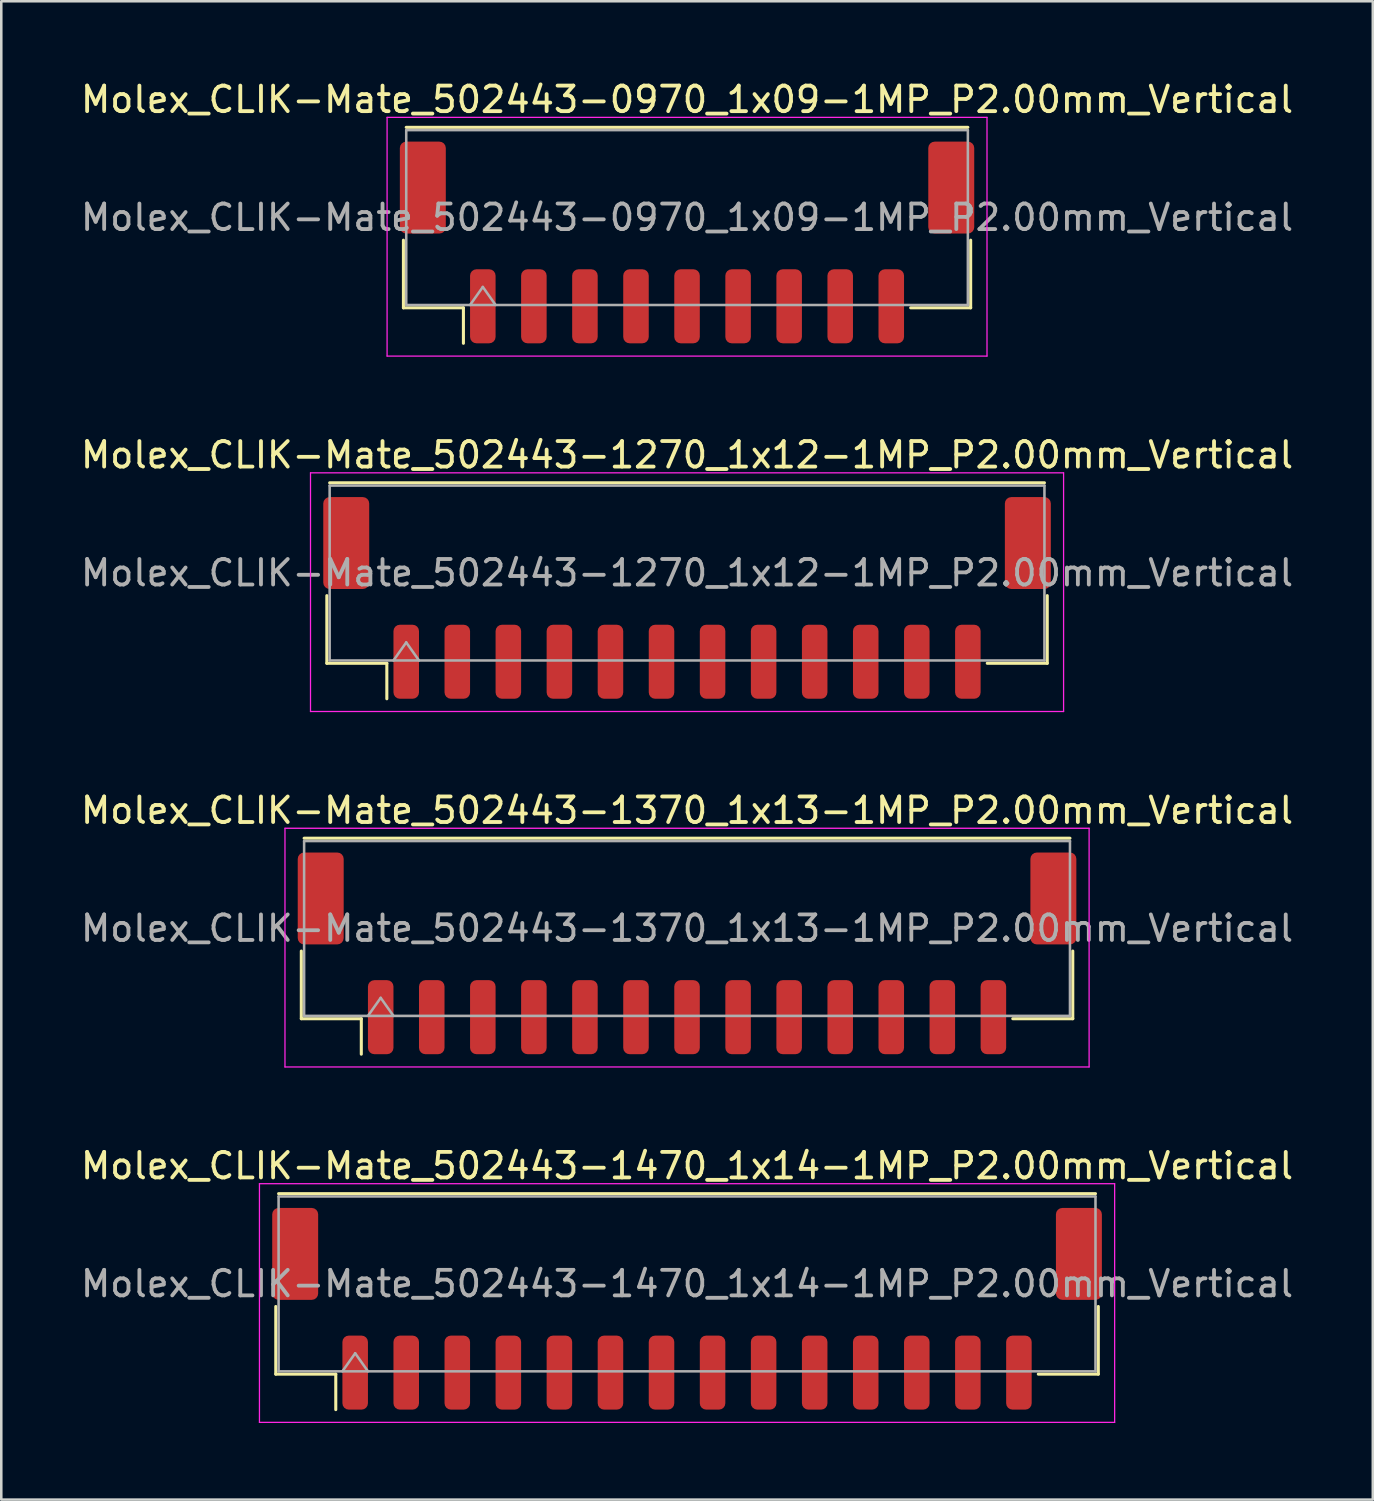
<source format=kicad_pcb>
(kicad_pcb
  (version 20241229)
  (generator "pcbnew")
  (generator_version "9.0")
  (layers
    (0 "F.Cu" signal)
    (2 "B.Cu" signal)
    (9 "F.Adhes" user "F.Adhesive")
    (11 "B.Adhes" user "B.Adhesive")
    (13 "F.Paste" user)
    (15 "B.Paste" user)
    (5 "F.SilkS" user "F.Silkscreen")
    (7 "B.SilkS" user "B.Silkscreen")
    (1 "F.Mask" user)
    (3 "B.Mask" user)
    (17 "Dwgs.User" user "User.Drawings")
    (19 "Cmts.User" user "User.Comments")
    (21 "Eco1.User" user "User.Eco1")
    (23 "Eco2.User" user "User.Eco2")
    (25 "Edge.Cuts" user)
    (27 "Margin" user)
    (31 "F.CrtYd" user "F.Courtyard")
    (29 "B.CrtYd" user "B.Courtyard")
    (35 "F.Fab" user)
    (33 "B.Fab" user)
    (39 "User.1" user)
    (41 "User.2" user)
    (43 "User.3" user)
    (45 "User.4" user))
  (footprint "Molex_CLIK-Mate_502443-1270_1x12-1MP_P2.00mm_Vertical"
    (layer "F.Cu")
    (at 23.863 20.372)
    (property "Reference" "Molex_CLIK-Mate_502443-1270_1x12-1MP_P2.00mm_Vertical" (at 0 -5.6 0) (layer "F.SilkS") (effects (font (size 1 1) (thickness 0.15))))
    (attr smd)
    (fp_line (start -14.11 -0.09) (end -14.11 2.56) (stroke (width 0.12) (type solid)) (layer "F.SilkS"))
    (fp_line (start -14.11 2.56) (end -11.76 2.56) (stroke (width 0.12) (type solid)) (layer "F.SilkS"))
    (fp_line (start -14 -4.51) (end 14 -4.51) (stroke (width 0.12) (type solid)) (layer "F.SilkS"))
    (fp_line (start -11.76 2.56) (end -11.76 3.95) (stroke (width 0.12) (type solid)) (layer "F.SilkS"))
    (fp_line (start 14.11 -0.09) (end 14.11 2.56) (stroke (width 0.12) (type solid)) (layer "F.SilkS"))
    (fp_line (start 14.11 2.56) (end 11.76 2.56) (stroke (width 0.12) (type solid)) (layer "F.SilkS"))
    (fp_line (start -14.75 -4.9) (end -14.75 4.45) (stroke (width 0.05) (type solid)) (layer "F.CrtYd"))
    (fp_line (start -14.75 4.45) (end 14.75 4.45) (stroke (width 0.05) (type solid)) (layer "F.CrtYd"))
    (fp_line (start 14.75 -4.9) (end -14.75 -4.9) (stroke (width 0.05) (type solid)) (layer "F.CrtYd"))
    (fp_line (start 14.75 4.45) (end 14.75 -4.9) (stroke (width 0.05) (type solid)) (layer "F.CrtYd"))
    (fp_line (start -14 -4.4) (end 14 -4.4) (stroke (width 0.1) (type solid)) (layer "F.Fab"))
    (fp_line (start -14 2.45) (end -14 -4.4) (stroke (width 0.1) (type solid)) (layer "F.Fab"))
    (fp_line (start -14 2.45) (end 14 2.45) (stroke (width 0.1) (type solid)) (layer "F.Fab"))
    (fp_line (start -11.5 2.45) (end -11 1.743) (stroke (width 0.1) (type solid)) (layer "F.Fab"))
    (fp_line (start -11 1.743) (end -10.5 2.45) (stroke (width 0.1) (type solid)) (layer "F.Fab"))
    (fp_line (start 14 2.45) (end 14 -4.4) (stroke (width 0.1) (type solid)) (layer "F.Fab"))
    (fp_text user "${REFERENCE}" (at 0 -0.98 0) (layer "F.Fab") (effects (font (size 1 1) (thickness 0.15))))
    (pad "1" smd roundrect (at -11 2.5) (size 1 2.9) (layers "F.Cu" "F.Mask" "F.Paste") (roundrect_rratio 0.25))
    (pad "2" smd roundrect (at -9 2.5) (size 1 2.9) (layers "F.Cu" "F.Mask" "F.Paste") (roundrect_rratio 0.25))
    (pad "3" smd roundrect (at -7 2.5) (size 1 2.9) (layers "F.Cu" "F.Mask" "F.Paste") (roundrect_rratio 0.25))
    (pad "4" smd roundrect (at -5 2.5) (size 1 2.9) (layers "F.Cu" "F.Mask" "F.Paste") (roundrect_rratio 0.25))
    (pad "5" smd roundrect (at -3 2.5) (size 1 2.9) (layers "F.Cu" "F.Mask" "F.Paste") (roundrect_rratio 0.25))
    (pad "6" smd roundrect (at -1 2.5) (size 1 2.9) (layers "F.Cu" "F.Mask" "F.Paste") (roundrect_rratio 0.25))
    (pad "7" smd roundrect (at 1 2.5) (size 1 2.9) (layers "F.Cu" "F.Mask" "F.Paste") (roundrect_rratio 0.25))
    (pad "8" smd roundrect (at 3 2.5) (size 1 2.9) (layers "F.Cu" "F.Mask" "F.Paste") (roundrect_rratio 0.25))
    (pad "9" smd roundrect (at 5 2.5) (size 1 2.9) (layers "F.Cu" "F.Mask" "F.Paste") (roundrect_rratio 0.25))
    (pad "10" smd roundrect (at 7 2.5) (size 1 2.9) (layers "F.Cu" "F.Mask" "F.Paste") (roundrect_rratio 0.25))
    (pad "11" smd roundrect (at 9 2.5) (size 1 2.9) (layers "F.Cu" "F.Mask" "F.Paste") (roundrect_rratio 0.25))
    (pad "12" smd roundrect (at 11 2.5) (size 1 2.9) (layers "F.Cu" "F.Mask" "F.Paste") (roundrect_rratio 0.25))
    (pad "MP" smd roundrect (at -13.35 -2.15) (size 1.8 3.6) (layers "F.Cu" "F.Mask" "F.Paste") (roundrect_rratio 0.139))
    (pad "MP" smd roundrect (at 13.35 -2.15) (size 1.8 3.6) (layers "F.Cu" "F.Mask" "F.Paste") (roundrect_rratio 0.139)))
  (footprint "Molex_CLIK-Mate_502443-1370_1x13-1MP_P2.00mm_Vertical"
    (layer "F.Cu")
    (at 23.863 34.295)
    (property "Reference" "Molex_CLIK-Mate_502443-1370_1x13-1MP_P2.00mm_Vertical" (at 0 -5.6 0) (layer "F.SilkS") (effects (font (size 1 1) (thickness 0.15))))
    (attr smd)
    (fp_line (start -15.11 -0.09) (end -15.11 2.56) (stroke (width 0.12) (type solid)) (layer "F.SilkS"))
    (fp_line (start -15.11 2.56) (end -12.76 2.56) (stroke (width 0.12) (type solid)) (layer "F.SilkS"))
    (fp_line (start -15 -4.51) (end 15 -4.51) (stroke (width 0.12) (type solid)) (layer "F.SilkS"))
    (fp_line (start -12.76 2.56) (end -12.76 3.95) (stroke (width 0.12) (type solid)) (layer "F.SilkS"))
    (fp_line (start 15.11 -0.09) (end 15.11 2.56) (stroke (width 0.12) (type solid)) (layer "F.SilkS"))
    (fp_line (start 15.11 2.56) (end 12.76 2.56) (stroke (width 0.12) (type solid)) (layer "F.SilkS"))
    (fp_line (start -15.75 -4.9) (end -15.75 4.45) (stroke (width 0.05) (type solid)) (layer "F.CrtYd"))
    (fp_line (start -15.75 4.45) (end 15.75 4.45) (stroke (width 0.05) (type solid)) (layer "F.CrtYd"))
    (fp_line (start 15.75 -4.9) (end -15.75 -4.9) (stroke (width 0.05) (type solid)) (layer "F.CrtYd"))
    (fp_line (start 15.75 4.45) (end 15.75 -4.9) (stroke (width 0.05) (type solid)) (layer "F.CrtYd"))
    (fp_line (start -15 -4.4) (end 15 -4.4) (stroke (width 0.1) (type solid)) (layer "F.Fab"))
    (fp_line (start -15 2.45) (end -15 -4.4) (stroke (width 0.1) (type solid)) (layer "F.Fab"))
    (fp_line (start -15 2.45) (end 15 2.45) (stroke (width 0.1) (type solid)) (layer "F.Fab"))
    (fp_line (start -12.5 2.45) (end -12 1.743) (stroke (width 0.1) (type solid)) (layer "F.Fab"))
    (fp_line (start -12 1.743) (end -11.5 2.45) (stroke (width 0.1) (type solid)) (layer "F.Fab"))
    (fp_line (start 15 2.45) (end 15 -4.4) (stroke (width 0.1) (type solid)) (layer "F.Fab"))
    (fp_text user "${REFERENCE}" (at 0 -0.98 0) (layer "F.Fab") (effects (font (size 1 1) (thickness 0.15))))
    (pad "1" smd roundrect (at -12 2.5) (size 1 2.9) (layers "F.Cu" "F.Mask" "F.Paste") (roundrect_rratio 0.25))
    (pad "2" smd roundrect (at -10 2.5) (size 1 2.9) (layers "F.Cu" "F.Mask" "F.Paste") (roundrect_rratio 0.25))
    (pad "3" smd roundrect (at -8 2.5) (size 1 2.9) (layers "F.Cu" "F.Mask" "F.Paste") (roundrect_rratio 0.25))
    (pad "4" smd roundrect (at -6 2.5) (size 1 2.9) (layers "F.Cu" "F.Mask" "F.Paste") (roundrect_rratio 0.25))
    (pad "5" smd roundrect (at -4 2.5) (size 1 2.9) (layers "F.Cu" "F.Mask" "F.Paste") (roundrect_rratio 0.25))
    (pad "6" smd roundrect (at -2 2.5) (size 1 2.9) (layers "F.Cu" "F.Mask" "F.Paste") (roundrect_rratio 0.25))
    (pad "7" smd roundrect (at 0 2.5) (size 1 2.9) (layers "F.Cu" "F.Mask" "F.Paste") (roundrect_rratio 0.25))
    (pad "8" smd roundrect (at 2 2.5) (size 1 2.9) (layers "F.Cu" "F.Mask" "F.Paste") (roundrect_rratio 0.25))
    (pad "9" smd roundrect (at 4 2.5) (size 1 2.9) (layers "F.Cu" "F.Mask" "F.Paste") (roundrect_rratio 0.25))
    (pad "10" smd roundrect (at 6 2.5) (size 1 2.9) (layers "F.Cu" "F.Mask" "F.Paste") (roundrect_rratio 0.25))
    (pad "11" smd roundrect (at 8 2.5) (size 1 2.9) (layers "F.Cu" "F.Mask" "F.Paste") (roundrect_rratio 0.25))
    (pad "12" smd roundrect (at 10 2.5) (size 1 2.9) (layers "F.Cu" "F.Mask" "F.Paste") (roundrect_rratio 0.25))
    (pad "13" smd roundrect (at 12 2.5) (size 1 2.9) (layers "F.Cu" "F.Mask" "F.Paste") (roundrect_rratio 0.25))
    (pad "MP" smd roundrect (at -14.35 -2.15) (size 1.8 3.6) (layers "F.Cu" "F.Mask" "F.Paste") (roundrect_rratio 0.139))
    (pad "MP" smd roundrect (at 14.35 -2.15) (size 1.8 3.6) (layers "F.Cu" "F.Mask" "F.Paste") (roundrect_rratio 0.139)))
  (footprint "Molex_CLIK-Mate_502443-0970_1x09-1MP_P2.00mm_Vertical"
    (layer "F.Cu")
    (at 23.863 6.448)
    (property "Reference" "Molex_CLIK-Mate_502443-0970_1x09-1MP_P2.00mm_Vertical" (at 0 -5.6 0) (layer "F.SilkS") (effects (font (size 1 1) (thickness 0.15))))
    (attr smd)
    (fp_line (start -11.11 -0.09) (end -11.11 2.56) (stroke (width 0.12) (type solid)) (layer "F.SilkS"))
    (fp_line (start -11.11 2.56) (end -8.76 2.56) (stroke (width 0.12) (type solid)) (layer "F.SilkS"))
    (fp_line (start -11 -4.51) (end 11 -4.51) (stroke (width 0.12) (type solid)) (layer "F.SilkS"))
    (fp_line (start -8.76 2.56) (end -8.76 3.95) (stroke (width 0.12) (type solid)) (layer "F.SilkS"))
    (fp_line (start 11.11 -0.09) (end 11.11 2.56) (stroke (width 0.12) (type solid)) (layer "F.SilkS"))
    (fp_line (start 11.11 2.56) (end 8.76 2.56) (stroke (width 0.12) (type solid)) (layer "F.SilkS"))
    (fp_line (start -11.75 -4.9) (end -11.75 4.45) (stroke (width 0.05) (type solid)) (layer "F.CrtYd"))
    (fp_line (start -11.75 4.45) (end 11.75 4.45) (stroke (width 0.05) (type solid)) (layer "F.CrtYd"))
    (fp_line (start 11.75 -4.9) (end -11.75 -4.9) (stroke (width 0.05) (type solid)) (layer "F.CrtYd"))
    (fp_line (start 11.75 4.45) (end 11.75 -4.9) (stroke (width 0.05) (type solid)) (layer "F.CrtYd"))
    (fp_line (start -11 -4.4) (end 11 -4.4) (stroke (width 0.1) (type solid)) (layer "F.Fab"))
    (fp_line (start -11 2.45) (end -11 -4.4) (stroke (width 0.1) (type solid)) (layer "F.Fab"))
    (fp_line (start -11 2.45) (end 11 2.45) (stroke (width 0.1) (type solid)) (layer "F.Fab"))
    (fp_line (start -8.5 2.45) (end -8 1.743) (stroke (width 0.1) (type solid)) (layer "F.Fab"))
    (fp_line (start -8 1.743) (end -7.5 2.45) (stroke (width 0.1) (type solid)) (layer "F.Fab"))
    (fp_line (start 11 2.45) (end 11 -4.4) (stroke (width 0.1) (type solid)) (layer "F.Fab"))
    (fp_text user "${REFERENCE}" (at 0 -0.98 0) (layer "F.Fab") (effects (font (size 1 1) (thickness 0.15))))
    (pad "1" smd roundrect (at -8 2.5) (size 1 2.9) (layers "F.Cu" "F.Mask" "F.Paste") (roundrect_rratio 0.25))
    (pad "2" smd roundrect (at -6 2.5) (size 1 2.9) (layers "F.Cu" "F.Mask" "F.Paste") (roundrect_rratio 0.25))
    (pad "3" smd roundrect (at -4 2.5) (size 1 2.9) (layers "F.Cu" "F.Mask" "F.Paste") (roundrect_rratio 0.25))
    (pad "4" smd roundrect (at -2 2.5) (size 1 2.9) (layers "F.Cu" "F.Mask" "F.Paste") (roundrect_rratio 0.25))
    (pad "5" smd roundrect (at 0 2.5) (size 1 2.9) (layers "F.Cu" "F.Mask" "F.Paste") (roundrect_rratio 0.25))
    (pad "6" smd roundrect (at 2 2.5) (size 1 2.9) (layers "F.Cu" "F.Mask" "F.Paste") (roundrect_rratio 0.25))
    (pad "7" smd roundrect (at 4 2.5) (size 1 2.9) (layers "F.Cu" "F.Mask" "F.Paste") (roundrect_rratio 0.25))
    (pad "8" smd roundrect (at 6 2.5) (size 1 2.9) (layers "F.Cu" "F.Mask" "F.Paste") (roundrect_rratio 0.25))
    (pad "9" smd roundrect (at 8 2.5) (size 1 2.9) (layers "F.Cu" "F.Mask" "F.Paste") (roundrect_rratio 0.25))
    (pad "MP" smd roundrect (at -10.35 -2.15) (size 1.8 3.6) (layers "F.Cu" "F.Mask" "F.Paste") (roundrect_rratio 0.139))
    (pad "MP" smd roundrect (at 10.35 -2.15) (size 1.8 3.6) (layers "F.Cu" "F.Mask" "F.Paste") (roundrect_rratio 0.139)))
  (footprint "Molex_CLIK-Mate_502443-1470_1x14-1MP_P2.00mm_Vertical"
    (layer "F.Cu")
    (at 23.863 48.218)
    (property "Reference" "Molex_CLIK-Mate_502443-1470_1x14-1MP_P2.00mm_Vertical" (at 0 -5.6 0) (layer "F.SilkS") (effects (font (size 1 1) (thickness 0.15))))
    (attr smd)
    (fp_line (start -16.11 -0.09) (end -16.11 2.56) (stroke (width 0.12) (type solid)) (layer "F.SilkS"))
    (fp_line (start -16.11 2.56) (end -13.76 2.56) (stroke (width 0.12) (type solid)) (layer "F.SilkS"))
    (fp_line (start -16 -4.51) (end 16 -4.51) (stroke (width 0.12) (type solid)) (layer "F.SilkS"))
    (fp_line (start -13.76 2.56) (end -13.76 3.95) (stroke (width 0.12) (type solid)) (layer "F.SilkS"))
    (fp_line (start 16.11 -0.09) (end 16.11 2.56) (stroke (width 0.12) (type solid)) (layer "F.SilkS"))
    (fp_line (start 16.11 2.56) (end 13.76 2.56) (stroke (width 0.12) (type solid)) (layer "F.SilkS"))
    (fp_line (start -16.75 -4.9) (end -16.75 4.45) (stroke (width 0.05) (type solid)) (layer "F.CrtYd"))
    (fp_line (start -16.75 4.45) (end 16.75 4.45) (stroke (width 0.05) (type solid)) (layer "F.CrtYd"))
    (fp_line (start 16.75 -4.9) (end -16.75 -4.9) (stroke (width 0.05) (type solid)) (layer "F.CrtYd"))
    (fp_line (start 16.75 4.45) (end 16.75 -4.9) (stroke (width 0.05) (type solid)) (layer "F.CrtYd"))
    (fp_line (start -16 -4.4) (end 16 -4.4) (stroke (width 0.1) (type solid)) (layer "F.Fab"))
    (fp_line (start -16 2.45) (end -16 -4.4) (stroke (width 0.1) (type solid)) (layer "F.Fab"))
    (fp_line (start -16 2.45) (end 16 2.45) (stroke (width 0.1) (type solid)) (layer "F.Fab"))
    (fp_line (start -13.5 2.45) (end -13 1.743) (stroke (width 0.1) (type solid)) (layer "F.Fab"))
    (fp_line (start -13 1.743) (end -12.5 2.45) (stroke (width 0.1) (type solid)) (layer "F.Fab"))
    (fp_line (start 16 2.45) (end 16 -4.4) (stroke (width 0.1) (type solid)) (layer "F.Fab"))
    (fp_text user "${REFERENCE}" (at 0 -0.98 0) (layer "F.Fab") (effects (font (size 1 1) (thickness 0.15))))
    (pad "1" smd roundrect (at -13 2.5) (size 1 2.9) (layers "F.Cu" "F.Mask" "F.Paste") (roundrect_rratio 0.25))
    (pad "2" smd roundrect (at -11 2.5) (size 1 2.9) (layers "F.Cu" "F.Mask" "F.Paste") (roundrect_rratio 0.25))
    (pad "3" smd roundrect (at -9 2.5) (size 1 2.9) (layers "F.Cu" "F.Mask" "F.Paste") (roundrect_rratio 0.25))
    (pad "4" smd roundrect (at -7 2.5) (size 1 2.9) (layers "F.Cu" "F.Mask" "F.Paste") (roundrect_rratio 0.25))
    (pad "5" smd roundrect (at -5 2.5) (size 1 2.9) (layers "F.Cu" "F.Mask" "F.Paste") (roundrect_rratio 0.25))
    (pad "6" smd roundrect (at -3 2.5) (size 1 2.9) (layers "F.Cu" "F.Mask" "F.Paste") (roundrect_rratio 0.25))
    (pad "7" smd roundrect (at -1 2.5) (size 1 2.9) (layers "F.Cu" "F.Mask" "F.Paste") (roundrect_rratio 0.25))
    (pad "8" smd roundrect (at 1 2.5) (size 1 2.9) (layers "F.Cu" "F.Mask" "F.Paste") (roundrect_rratio 0.25))
    (pad "9" smd roundrect (at 3 2.5) (size 1 2.9) (layers "F.Cu" "F.Mask" "F.Paste") (roundrect_rratio 0.25))
    (pad "10" smd roundrect (at 5 2.5) (size 1 2.9) (layers "F.Cu" "F.Mask" "F.Paste") (roundrect_rratio 0.25))
    (pad "11" smd roundrect (at 7 2.5) (size 1 2.9) (layers "F.Cu" "F.Mask" "F.Paste") (roundrect_rratio 0.25))
    (pad "12" smd roundrect (at 9 2.5) (size 1 2.9) (layers "F.Cu" "F.Mask" "F.Paste") (roundrect_rratio 0.25))
    (pad "13" smd roundrect (at 11 2.5) (size 1 2.9) (layers "F.Cu" "F.Mask" "F.Paste") (roundrect_rratio 0.25))
    (pad "14" smd roundrect (at 13 2.5) (size 1 2.9) (layers "F.Cu" "F.Mask" "F.Paste") (roundrect_rratio 0.25))
    (pad "MP" smd roundrect (at -15.35 -2.15) (size 1.8 3.6) (layers "F.Cu" "F.Mask" "F.Paste") (roundrect_rratio 0.139))
    (pad "MP" smd roundrect (at 15.35 -2.15) (size 1.8 3.6) (layers "F.Cu" "F.Mask" "F.Paste") (roundrect_rratio 0.139)))
  (gr_rect
    (start -3 -3)
    (end 50.726 55.693)
    (stroke (width 0.1) (type default))
    (fill no)
    (layer "Edge.Cuts")))
</source>
